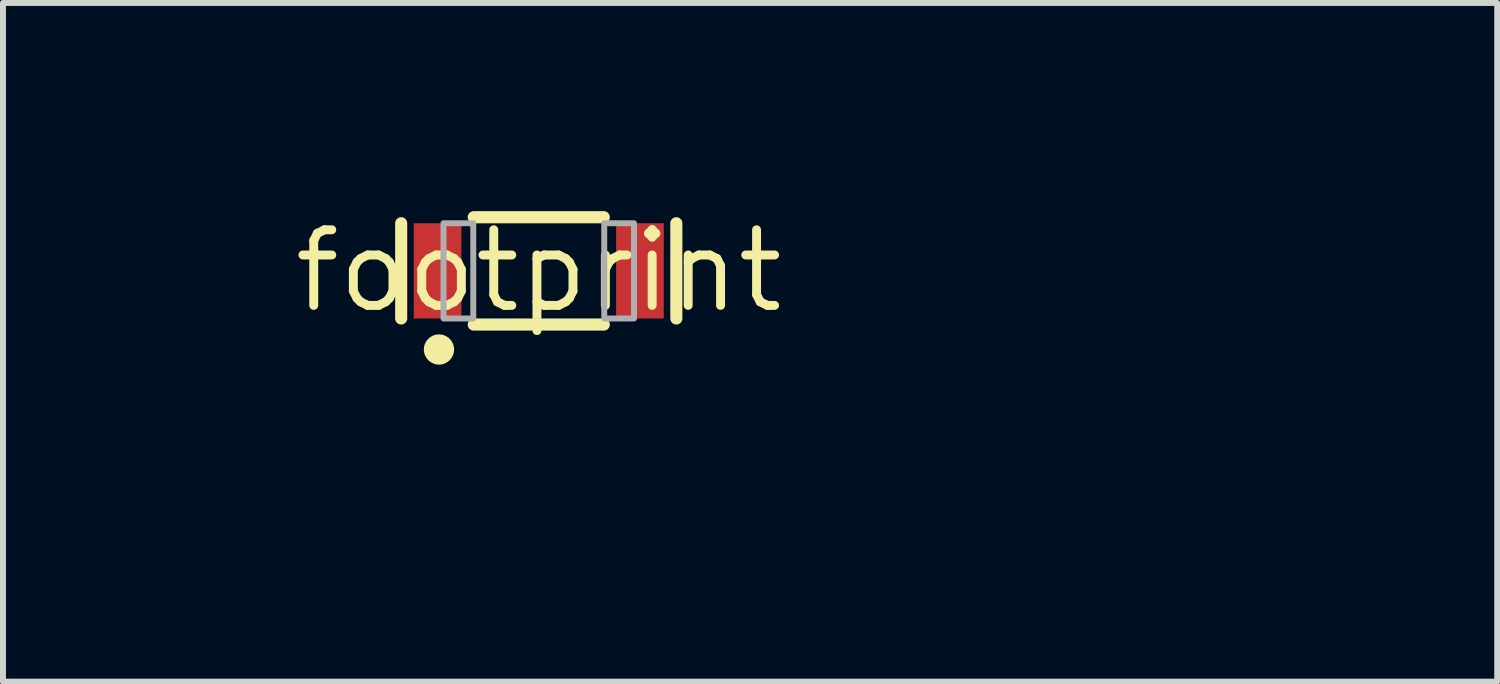
<source format=kicad_pcb>
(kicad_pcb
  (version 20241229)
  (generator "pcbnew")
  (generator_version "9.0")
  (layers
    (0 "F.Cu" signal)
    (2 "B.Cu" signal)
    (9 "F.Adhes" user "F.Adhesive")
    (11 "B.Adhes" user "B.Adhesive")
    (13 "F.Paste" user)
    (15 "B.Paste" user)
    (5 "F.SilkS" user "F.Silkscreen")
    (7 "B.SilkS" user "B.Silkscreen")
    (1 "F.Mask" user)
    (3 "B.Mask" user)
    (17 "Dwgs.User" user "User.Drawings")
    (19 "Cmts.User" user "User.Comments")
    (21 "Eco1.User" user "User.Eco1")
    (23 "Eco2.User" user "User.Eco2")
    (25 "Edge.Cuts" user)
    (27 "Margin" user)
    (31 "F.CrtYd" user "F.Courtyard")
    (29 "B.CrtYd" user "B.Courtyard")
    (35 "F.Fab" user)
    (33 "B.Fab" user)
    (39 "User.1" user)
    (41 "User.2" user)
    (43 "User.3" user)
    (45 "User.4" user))
  (footprint "footprint"
    (layer "F.Cu")
    (at 6 1.5)
    (property "Reference" "footprint" (at 0 0 0) (layer "F.SilkS") (effects (font (size 1.27 1.27) (thickness 0.15))))
    (fp_line (start -2.311 -0.8) (end -2.311 0.8) (stroke (width 0.203) (type solid)) (layer "F.SilkS"))
    (fp_line (start -1.092 0.902) (end 1.092 0.902) (stroke (width 0.203) (type solid)) (layer "F.SilkS"))
    (fp_line (start 1.092 -0.902) (end -1.092 -0.902) (stroke (width 0.203) (type solid)) (layer "F.SilkS"))
    (fp_line (start 2.311 0.8) (end 2.311 -0.8) (stroke (width 0.203) (type solid)) (layer "F.SilkS"))
    (fp_circle (center -1.676 1.321) (end -1.549 1.321) (stroke (width 0.254) (type solid)) (fill yes) (layer "F.SilkS"))
    (fp_line (start -1.6 -0.8) (end -1.6 0.8) (stroke (width 0.003) (type solid)) (layer "F.Fab"))
    (fp_line (start -1.6 0.8) (end 1.6 0.8) (stroke (width 0.003) (type solid)) (layer "F.Fab"))
    (fp_line (start 1.6 -0.8) (end -1.6 -0.8) (stroke (width 0.003) (type solid)) (layer "F.Fab"))
    (fp_line (start 1.6 0.8) (end 1.6 -0.8) (stroke (width 0.003) (type solid)) (layer "F.Fab"))
    (fp_poly (pts (xy -1.6 0.8) (xy -1.1 0.8) (xy -1.1 -0.8) (xy -1.6 -0.8)) (stroke (width 0.1) (type solid)) (fill no) (layer "F.Fab"))
    (fp_poly (pts (xy 1.1 0.8) (xy 1.6 0.8) (xy 1.6 -0.8) (xy 1.1 -0.8)) (stroke (width 0.1) (type solid)) (fill no) (layer "F.Fab"))
    (pad "FEED" smd rect (at -1.7 0) (size 0.8 1.6) (layers "F.Cu" "F.Mask" "F.Paste"))
    (pad "NC" smd rect (at 1.7 0) (size 0.8 1.6) (layers "F.Cu" "F.Mask" "F.Paste"))
    (zone (net_name "") (layer "F.Cu") (hatch edge 0.508) (connect_pads) (min_thickness 0.254) (filled_areas_thickness no) (keepout (tracks not_allowed) (vias not_allowed) (pads not_allowed) (copperpour not_allowed) (footprints allowed)) (placement (enabled no)) (fill) (polygon (pts (xy 0 5.4) (xy 19.1 5.4) (xy 19.1 0) (xy 0 0))))
    (zone (net_name "") (layer "F.Cu") (hatch edge 0.508) (connect_pads) (min_thickness 0.254) (filled_areas_thickness no) (keepout (tracks not_allowed) (vias not_allowed) (pads not_allowed) (copperpour not_allowed) (footprints allowed)) (placement (enabled no)) (fill) (polygon (pts (xy 0 5.4) (xy 19.1 5.4) (xy 19.1 0) (xy 0 0))))
    (zone (net_name "") (layer "B.Cu") (hatch edge 0.508) (connect_pads) (min_thickness 0.254) (filled_areas_thickness no) (keepout (tracks not_allowed) (vias not_allowed) (pads not_allowed) (copperpour not_allowed) (footprints allowed)) (placement (enabled no)) (fill) (polygon (pts (xy 0 5.4) (xy 19.1 5.4) (xy 19.1 0) (xy 0 0)))))
  (gr_rect
    (start -3 -3)
    (end 22.1 8.4)
    (stroke (width 0.1) (type default))
    (fill no)
    (layer "Edge.Cuts")))
</source>
